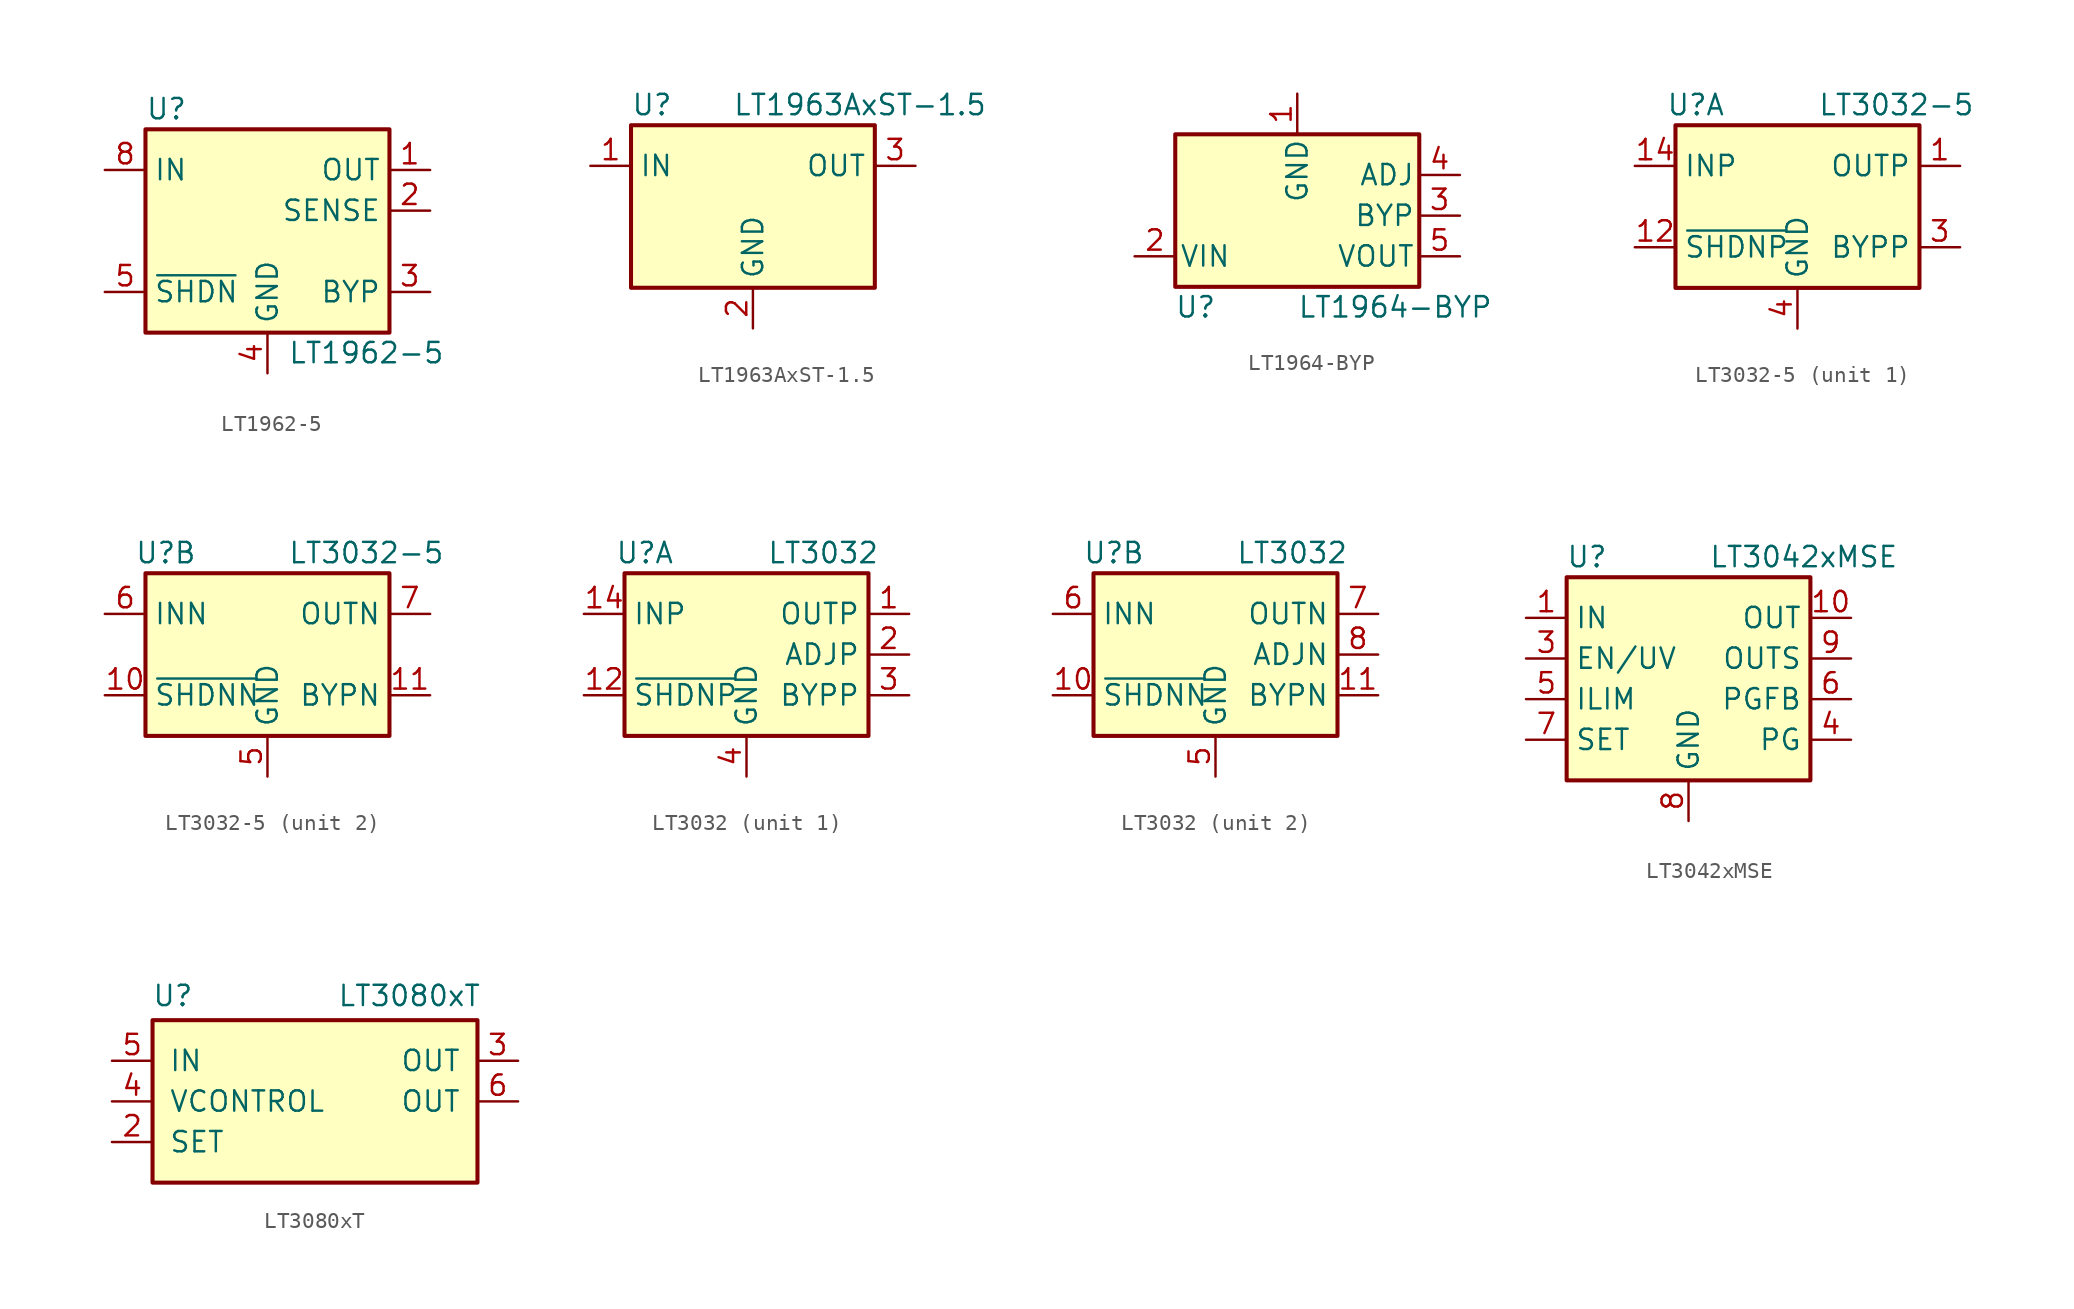
<source format=kicad_sym>
(kicad_symbol_lib
  (version 20211014)
  (generator kicad_symbol_editor)
  (symbol "LT1962-5"
    (property "Reference" "U"
      (at -7.62 8.89 0)
      (effects (font (size 1.27 1.27)) (justify left)))
    (property "Value" "LT1962-5"
      (at 1.27 -6.35 0)
      (effects (font (size 1.27 1.27)) (justify left)))
    (symbol "LT1962-5_0_1"
      (rectangle (start -7.62 7.62) (end 7.62 -5.08) (stroke (width 0.254) (type default) (color 0 0 0 0)) (fill (type background))))
    (symbol "LT1962-5_1_1"
      (pin power_out line (at 10.16 5.08 180) (length 2.54) (name "OUT" (effects (font (size 1.27 1.27)))) (number "1" (effects (font (size 1.27 1.27)))))
      (pin input line (at 10.16 2.54 180) (length 2.54) (name "SENSE" (effects (font (size 1.27 1.27)))) (number "2" (effects (font (size 1.27 1.27)))))
      (pin passive line (at 10.16 -2.54 180) (length 2.54) (name "BYP" (effects (font (size 1.27 1.27)))) (number "3" (effects (font (size 1.27 1.27)))))
      (pin power_in line (at 0 -7.62 90) (length 2.54) (name "GND" (effects (font (size 1.27 1.27)))) (number "4" (effects (font (size 1.27 1.27)))))
      (pin input line (at -10.16 -2.54 0) (length 2.54) (name "~{SHDN}" (effects (font (size 1.27 1.27)))) (number "5" (effects (font (size 1.27 1.27)))))
      (pin no_connect line (at 2.54 5.08 90) (length 2.54) hide (name "NC" (effects (font (size 1.27 1.27)))) (number "6" (effects (font (size 1.27 1.27)))))
      (pin no_connect line (at 2.54 2.54 90) (length 2.54) hide (name "NC" (effects (font (size 1.27 1.27)))) (number "7" (effects (font (size 1.27 1.27)))))
      (pin power_in line (at -10.16 5.08 0) (length 2.54) (name "IN" (effects (font (size 1.27 1.27)))) (number "8" (effects (font (size 1.27 1.27)))))))
  (symbol "LT1963AxST-1.5"
    (property "Reference" "U"
      (at -7.62 6.35 0)
      (effects (font (size 1.27 1.27)) (justify left)))
    (property "Value" "LT1963AxST-1.5"
      (at -1.27 6.35 0)
      (effects (font (size 1.27 1.27)) (justify left)))
    (symbol "LT1963AxST-1.5_0_1"
      (rectangle (start -7.62 5.08) (end 7.62 -5.08) (stroke (width 0.254) (type default) (color 0 0 0 0)) (fill (type background))))
    (symbol "LT1963AxST-1.5_1_1"
      (pin power_in line (at -10.16 2.54 0) (length 2.54) (name "IN" (effects (font (size 1.27 1.27)))) (number "1" (effects (font (size 1.27 1.27)))))
      (pin power_in line (at 0 -7.62 90) (length 2.54) (name "GND" (effects (font (size 1.27 1.27)))) (number "2" (effects (font (size 1.27 1.27)))))
      (pin power_out line (at 10.16 2.54 180) (length 2.54) (name "OUT" (effects (font (size 1.27 1.27)))) (number "3" (effects (font (size 1.27 1.27)))))))
  (symbol "LT1964-BYP"
    (pin_names
      (offset 0.254))
    (property "Reference" "U"
      (at -6.35 -5.715 0)
      (effects (font (size 1.27 1.27))))
    (property "Value" "LT1964-BYP"
      (at 0 -5.715 0)
      (effects (font (size 1.27 1.27)) (justify left)))
    (symbol "LT1964-BYP_0_1"
      (rectangle (start -7.62 5.08) (end 7.62 -4.445) (stroke (width 0.254) (type default) (color 0 0 0 0)) (fill (type background))))
    (symbol "LT1964-BYP_1_1"
      (pin power_in line (at 0 7.62 270) (length 2.54) (name "GND" (effects (font (size 1.27 1.27)))) (number "1" (effects (font (size 1.27 1.27)))))
      (pin power_in line (at -10.16 -2.54 0) (length 2.54) (name "VIN" (effects (font (size 1.27 1.27)))) (number "2" (effects (font (size 1.27 1.27)))))
      (pin passive line (at 10.16 0 180) (length 2.54) (name "BYP" (effects (font (size 1.27 1.27)))) (number "3" (effects (font (size 1.27 1.27)))))
      (pin input line (at 10.16 2.54 180) (length 2.54) (name "ADJ" (effects (font (size 1.27 1.27)))) (number "4" (effects (font (size 1.27 1.27)))))
      (pin power_out line (at 10.16 -2.54 180) (length 2.54) (name "VOUT" (effects (font (size 1.27 1.27)))) (number "5" (effects (font (size 1.27 1.27)))))))
  (symbol "LT3032-5"
    (property "Reference" "U"
      (at -6.35 6.35 0)
      (effects (font (size 1.27 1.27))))
    (property "Value" "LT3032-5"
      (at 1.27 6.35 0)
      (effects (font (size 1.27 1.27)) (justify left)))
    (property "ki_locked" ""
      (at 0 0 0)
      (effects (font (size 1.27 1.27))))
    (symbol "LT3032-5_0_1"
      (rectangle (start -7.62 5.08) (end 7.62 -5.08) (stroke (width 0.254) (type default) (color 0 0 0 0)) (fill (type background))))
    (symbol "LT3032-5_1_1"
      (pin power_out line (at 10.16 2.54 180) (length 2.54) (name "OUTP" (effects (font (size 1.27 1.27)))) (number "1" (effects (font (size 1.27 1.27)))))
      (pin input line (at -10.16 -2.54 0) (length 2.54) (name "~{SHDNP}" (effects (font (size 1.27 1.27)))) (number "12" (effects (font (size 1.27 1.27)))))
      (pin no_connect line (at 7.62 -5.08 180) (length 2.54) hide (name "NC" (effects (font (size 1.27 1.27)))) (number "13" (effects (font (size 1.27 1.27)))))
      (pin power_in line (at -10.16 2.54 0) (length 2.54) (name "INP" (effects (font (size 1.27 1.27)))) (number "14" (effects (font (size 1.27 1.27)))))
      (pin no_connect line (at 7.62 0 180) (length 2.54) hide (name "NC" (effects (font (size 1.27 1.27)))) (number "2" (effects (font (size 1.27 1.27)))))
      (pin passive line (at 10.16 -2.54 180) (length 2.54) (name "BYPP" (effects (font (size 1.27 1.27)))) (number "3" (effects (font (size 1.27 1.27)))))
      (pin power_in line (at 0 -7.62 90) (length 2.54) (name "GND" (effects (font (size 1.27 1.27)))) (number "4" (effects (font (size 1.27 1.27))))))
    (symbol "LT3032-5_2_1"
      (pin input line (at -10.16 -2.54 0) (length 2.54) (name "~{SHDNN}" (effects (font (size 1.27 1.27)))) (number "10" (effects (font (size 1.27 1.27)))))
      (pin passive line (at 10.16 -2.54 180) (length 2.54) (name "BYPN" (effects (font (size 1.27 1.27)))) (number "11" (effects (font (size 1.27 1.27)))))
      (pin power_in line (at 0 -7.62 90) (length 2.54) (name "GND" (effects (font (size 1.27 1.27)))) (number "5" (effects (font (size 1.27 1.27)))))
      (pin power_in line (at -10.16 2.54 0) (length 2.54) (name "INN" (effects (font (size 1.27 1.27)))) (number "6" (effects (font (size 1.27 1.27)))))
      (pin power_out line (at 10.16 2.54 180) (length 2.54) (name "OUTN" (effects (font (size 1.27 1.27)))) (number "7" (effects (font (size 1.27 1.27)))))
      (pin no_connect line (at 7.62 0 180) (length 2.54) hide (name "NC" (effects (font (size 1.27 1.27)))) (number "8" (effects (font (size 1.27 1.27)))))
      (pin passive line (at -10.16 2.54 0) (length 2.54) hide (name "INN" (effects (font (size 1.27 1.27)))) (number "9" (effects (font (size 1.27 1.27)))))))
  (symbol "LT3032"
    (property "Reference" "U"
      (at -6.35 6.35 0)
      (effects (font (size 1.27 1.27))))
    (property "Value" "LT3032"
      (at 1.27 6.35 0)
      (effects (font (size 1.27 1.27)) (justify left)))
    (property "ki_locked" ""
      (at 0 0 0)
      (effects (font (size 1.27 1.27))))
    (symbol "LT3032_0_1"
      (rectangle (start -7.62 5.08) (end 7.62 -5.08) (stroke (width 0.254) (type default) (color 0 0 0 0)) (fill (type background))))
    (symbol "LT3032_1_1"
      (pin power_out line (at 10.16 2.54 180) (length 2.54) (name "OUTP" (effects (font (size 1.27 1.27)))) (number "1" (effects (font (size 1.27 1.27)))))
      (pin input line (at -10.16 -2.54 0) (length 2.54) (name "~{SHDNP}" (effects (font (size 1.27 1.27)))) (number "12" (effects (font (size 1.27 1.27)))))
      (pin no_connect line (at 7.62 -5.08 180) (length 2.54) hide (name "NC" (effects (font (size 1.27 1.27)))) (number "13" (effects (font (size 1.27 1.27)))))
      (pin power_in line (at -10.16 2.54 0) (length 2.54) (name "INP" (effects (font (size 1.27 1.27)))) (number "14" (effects (font (size 1.27 1.27)))))
      (pin input line (at 10.16 0 180) (length 2.54) (name "ADJP" (effects (font (size 1.27 1.27)))) (number "2" (effects (font (size 1.27 1.27)))))
      (pin passive line (at 10.16 -2.54 180) (length 2.54) (name "BYPP" (effects (font (size 1.27 1.27)))) (number "3" (effects (font (size 1.27 1.27)))))
      (pin power_in line (at 0 -7.62 90) (length 2.54) (name "GND" (effects (font (size 1.27 1.27)))) (number "4" (effects (font (size 1.27 1.27))))))
    (symbol "LT3032_2_1"
      (pin input line (at -10.16 -2.54 0) (length 2.54) (name "~{SHDNN}" (effects (font (size 1.27 1.27)))) (number "10" (effects (font (size 1.27 1.27)))))
      (pin passive line (at 10.16 -2.54 180) (length 2.54) (name "BYPN" (effects (font (size 1.27 1.27)))) (number "11" (effects (font (size 1.27 1.27)))))
      (pin power_in line (at 0 -7.62 90) (length 2.54) (name "GND" (effects (font (size 1.27 1.27)))) (number "5" (effects (font (size 1.27 1.27)))))
      (pin power_in line (at -10.16 2.54 0) (length 2.54) (name "INN" (effects (font (size 1.27 1.27)))) (number "6" (effects (font (size 1.27 1.27)))))
      (pin power_out line (at 10.16 2.54 180) (length 2.54) (name "OUTN" (effects (font (size 1.27 1.27)))) (number "7" (effects (font (size 1.27 1.27)))))
      (pin input line (at 10.16 0 180) (length 2.54) (name "ADJN" (effects (font (size 1.27 1.27)))) (number "8" (effects (font (size 1.27 1.27)))))
      (pin passive line (at -10.16 2.54 0) (length 2.54) hide (name "INN" (effects (font (size 1.27 1.27)))) (number "9" (effects (font (size 1.27 1.27)))))))
  (symbol "LT3042xMSE"
    (property "Reference" "U"
      (at -6.35 6.35 0)
      (effects (font (size 1.27 1.27))))
    (property "Value" "LT3042xMSE"
      (at 1.27 6.35 0)
      (effects (font (size 1.27 1.27)) (justify left)))
    (symbol "LT3042xMSE_0_1"
      (rectangle (start -7.62 5.08) (end 7.62 -7.62) (stroke (width 0.254) (type default) (color 0 0 0 0)) (fill (type background))))
    (symbol "LT3042xMSE_1_1"
      (pin power_in line (at -10.16 2.54 0) (length 2.54) (name "IN" (effects (font (size 1.27 1.27)))) (number "1" (effects (font (size 1.27 1.27)))))
      (pin power_out line (at 10.16 2.54 180) (length 2.54) (name "OUT" (effects (font (size 1.27 1.27)))) (number "10" (effects (font (size 1.27 1.27)))))
      (pin passive line (at 0 -10.16 90) (length 2.54) hide (name "GND" (effects (font (size 1.27 1.27)))) (number "11" (effects (font (size 1.27 1.27)))))
      (pin passive line (at -10.16 2.54 0) (length 2.54) hide (name "IN" (effects (font (size 1.27 1.27)))) (number "2" (effects (font (size 1.27 1.27)))))
      (pin input line (at -10.16 0 0) (length 2.54) (name "EN/UV" (effects (font (size 1.27 1.27)))) (number "3" (effects (font (size 1.27 1.27)))))
      (pin open_collector line (at 10.16 -5.08 180) (length 2.54) (name "PG" (effects (font (size 1.27 1.27)))) (number "4" (effects (font (size 1.27 1.27)))))
      (pin passive line (at -10.16 -2.54 0) (length 2.54) (name "ILIM" (effects (font (size 1.27 1.27)))) (number "5" (effects (font (size 1.27 1.27)))))
      (pin input line (at 10.16 -2.54 180) (length 2.54) (name "PGFB" (effects (font (size 1.27 1.27)))) (number "6" (effects (font (size 1.27 1.27)))))
      (pin passive line (at -10.16 -5.08 0) (length 2.54) (name "SET" (effects (font (size 1.27 1.27)))) (number "7" (effects (font (size 1.27 1.27)))))
      (pin power_in line (at 0 -10.16 90) (length 2.54) (name "GND" (effects (font (size 1.27 1.27)))) (number "8" (effects (font (size 1.27 1.27)))))
      (pin input line (at 10.16 0 180) (length 2.54) (name "OUTS" (effects (font (size 1.27 1.27)))) (number "9" (effects (font (size 1.27 1.27)))))))
  (symbol "LT3080xT"
    (pin_names
      (offset 1.016))
    (property "Reference" "U"
      (at -8.89 6.604 0)
      (effects (font (size 1.27 1.27))))
    (property "Value" "LT3080xT"
      (at 10.414 6.604 0)
      (effects (font (size 1.27 1.27)) (justify right)))
    (symbol "LT3080xT_0_1"
      (rectangle (start -10.16 5.08) (end 10.16 -5.08) (stroke (width 0.254) (type default) (color 0 0 0 0)) (fill (type background))))
    (symbol "LT3080xT_1_1"
      (pin no_connect line (at 10.16 -2.54 180) (length 2.54) hide (name "NC" (effects (font (size 1.27 1.27)))) (number "1" (effects (font (size 1.27 1.27)))))
      (pin input line (at -12.7 -2.54 0) (length 2.54) (name "SET" (effects (font (size 1.27 1.27)))) (number "2" (effects (font (size 1.27 1.27)))))
      (pin power_out line (at 12.7 2.54 180) (length 2.54) (name "OUT" (effects (font (size 1.27 1.27)))) (number "3" (effects (font (size 1.27 1.27)))))
      (pin input line (at -12.7 0 0) (length 2.54) (name "VCONTROL" (effects (font (size 1.27 1.27)))) (number "4" (effects (font (size 1.27 1.27)))))
      (pin power_in line (at -12.7 2.54 0) (length 2.54) (name "IN" (effects (font (size 1.27 1.27)))) (number "5" (effects (font (size 1.27 1.27)))))
      (pin power_out line (at 12.7 0 180) (length 2.54) (name "OUT" (effects (font (size 1.27 1.27)))) (number "6" (effects (font (size 1.27 1.27))))))))
</source>
